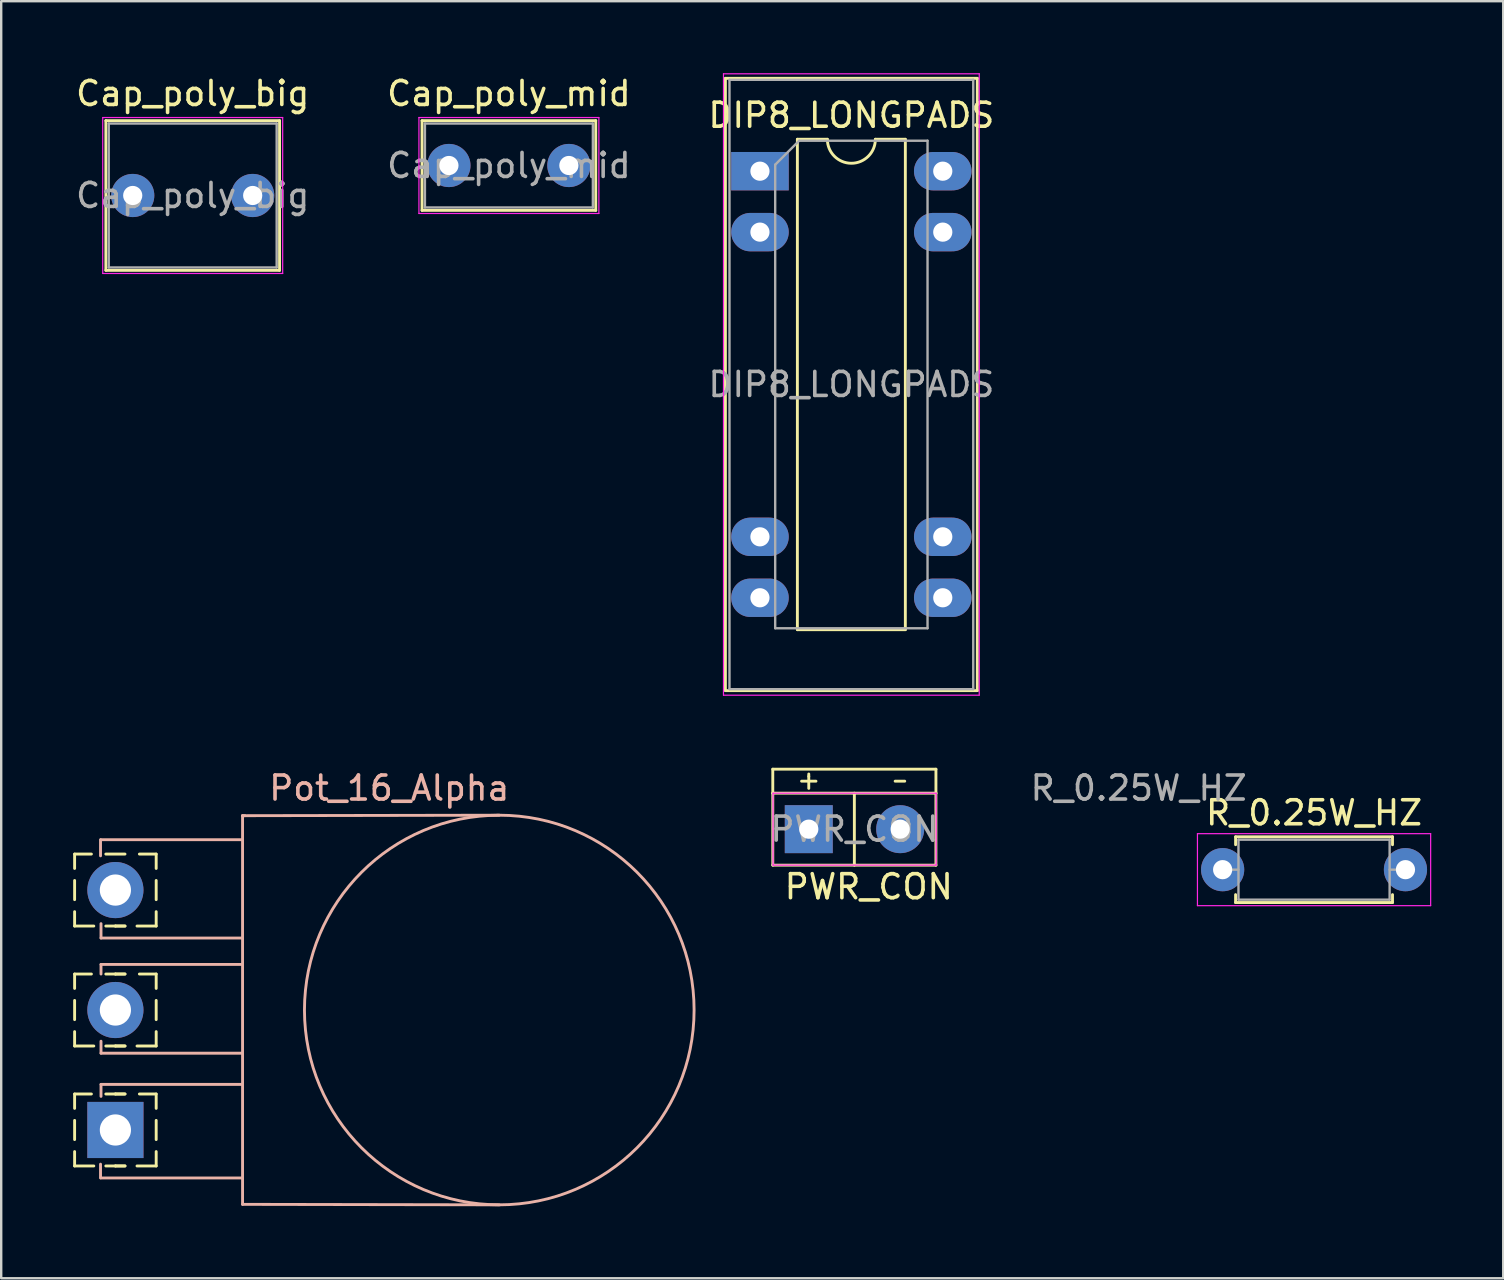
<source format=kicad_pcb>
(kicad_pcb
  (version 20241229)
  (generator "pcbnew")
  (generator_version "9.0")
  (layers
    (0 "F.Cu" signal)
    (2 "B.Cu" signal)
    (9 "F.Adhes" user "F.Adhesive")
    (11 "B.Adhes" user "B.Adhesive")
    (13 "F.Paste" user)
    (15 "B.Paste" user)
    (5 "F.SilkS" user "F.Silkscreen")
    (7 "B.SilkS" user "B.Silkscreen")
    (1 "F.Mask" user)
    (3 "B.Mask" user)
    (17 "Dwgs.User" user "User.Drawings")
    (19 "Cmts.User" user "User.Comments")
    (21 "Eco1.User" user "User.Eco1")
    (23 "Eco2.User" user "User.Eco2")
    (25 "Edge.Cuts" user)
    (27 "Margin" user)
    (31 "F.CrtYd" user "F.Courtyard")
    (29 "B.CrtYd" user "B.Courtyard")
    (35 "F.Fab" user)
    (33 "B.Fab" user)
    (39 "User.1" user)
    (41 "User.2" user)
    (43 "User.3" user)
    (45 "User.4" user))
  (footprint "Cap_poly_big"
    (layer "F.Cu")
    (at 2.482 5.098)
    (property "Reference" "Cap_poly_big" (at 2.5 -4.25 0) (layer "F.SilkS") (effects (font (size 1 1) (thickness 0.15))))
    (attr through_hole)
    (fp_line (start -1.12 -3.12) (end -1.12 3.12) (stroke (width 0.12) (type solid)) (layer "F.SilkS"))
    (fp_line (start -1.12 -3.12) (end 6.12 -3.12) (stroke (width 0.12) (type solid)) (layer "F.SilkS"))
    (fp_line (start -1.12 3.12) (end 6.12 3.12) (stroke (width 0.12) (type solid)) (layer "F.SilkS"))
    (fp_line (start 6.12 -3.12) (end 6.12 3.12) (stroke (width 0.12) (type solid)) (layer "F.SilkS"))
    (fp_line (start -1.25 -3.25) (end -1.25 3.25) (stroke (width 0.05) (type solid)) (layer "F.CrtYd"))
    (fp_line (start -1.25 3.25) (end 6.25 3.25) (stroke (width 0.05) (type solid)) (layer "F.CrtYd"))
    (fp_line (start 6.25 -3.25) (end -1.25 -3.25) (stroke (width 0.05) (type solid)) (layer "F.CrtYd"))
    (fp_line (start 6.25 3.25) (end 6.25 -3.25) (stroke (width 0.05) (type solid)) (layer "F.CrtYd"))
    (fp_line (start -1 -3) (end -1 3) (stroke (width 0.1) (type solid)) (layer "F.Fab"))
    (fp_line (start -1 3) (end 6 3) (stroke (width 0.1) (type solid)) (layer "F.Fab"))
    (fp_line (start 6 -3) (end -1 -3) (stroke (width 0.1) (type solid)) (layer "F.Fab"))
    (fp_line (start 6 3) (end 6 -3) (stroke (width 0.1) (type solid)) (layer "F.Fab"))
    (fp_text user "${REFERENCE}" (at 2.5 0 0) (layer "F.Fab") (effects (font (size 1 1) (thickness 0.15))))
    (pad "1" thru_hole circle (at 0 0) (size 1.8 1.8) (drill 0.8) (layers "*.Cu" "*.Mask"))
    (pad "2" thru_hole circle (at 5 0) (size 1.8 1.8) (drill 0.8) (layers "*.Cu" "*.Mask")))
  (footprint "R_0.25W_HZ"
    (layer "F.Cu")
    (at 47.91 33.198)
    (property "Reference" "R_0.25W_HZ" (at 3.81 -2.37 0) (layer "F.SilkS") (effects (font (size 1 1) (thickness 0.15))))
    (attr through_hole)
    (fp_line (start 0.54 -1.37) (end 7.08 -1.37) (stroke (width 0.12) (type solid)) (layer "F.SilkS"))
    (fp_line (start 0.54 -1.04) (end 0.54 -1.37) (stroke (width 0.12) (type solid)) (layer "F.SilkS"))
    (fp_line (start 0.54 1.04) (end 0.54 1.37) (stroke (width 0.12) (type solid)) (layer "F.SilkS"))
    (fp_line (start 0.54 1.37) (end 7.08 1.37) (stroke (width 0.12) (type solid)) (layer "F.SilkS"))
    (fp_line (start 7.08 -1.37) (end 7.08 -1.04) (stroke (width 0.12) (type solid)) (layer "F.SilkS"))
    (fp_line (start 7.08 1.37) (end 7.08 1.04) (stroke (width 0.12) (type solid)) (layer "F.SilkS"))
    (fp_line (start -1.05 -1.5) (end -1.05 1.5) (stroke (width 0.05) (type solid)) (layer "F.CrtYd"))
    (fp_line (start -1.05 1.5) (end 8.67 1.5) (stroke (width 0.05) (type solid)) (layer "F.CrtYd"))
    (fp_line (start 8.67 -1.5) (end -1.05 -1.5) (stroke (width 0.05) (type solid)) (layer "F.CrtYd"))
    (fp_line (start 8.67 1.5) (end 8.67 -1.5) (stroke (width 0.05) (type solid)) (layer "F.CrtYd"))
    (fp_line (start 0 0) (end 0.66 0) (stroke (width 0.1) (type solid)) (layer "F.Fab"))
    (fp_line (start 0.66 -1.25) (end 0.66 1.25) (stroke (width 0.1) (type solid)) (layer "F.Fab"))
    (fp_line (start 0.66 1.25) (end 6.96 1.25) (stroke (width 0.1) (type solid)) (layer "F.Fab"))
    (fp_line (start 6.96 -1.25) (end 0.66 -1.25) (stroke (width 0.1) (type solid)) (layer "F.Fab"))
    (fp_line (start 6.96 1.25) (end 6.96 -1.25) (stroke (width 0.1) (type solid)) (layer "F.Fab"))
    (fp_line (start 7.62 0) (end 6.96 0) (stroke (width 0.1) (type solid)) (layer "F.Fab"))
    (fp_text user "${REFERENCE}" (at -3.5 -3.4 0) (layer "F.Fab") (effects (font (size 1 1) (thickness 0.15))))
    (pad "1" thru_hole circle (at 0 0) (size 1.8 1.8) (drill 0.8) (layers "*.Cu" "*.Mask"))
    (pad "2" thru_hole oval (at 7.62 0) (size 1.8 1.8) (drill 0.8) (layers "*.Cu" "*.Mask")))
  (footprint "PWR_CON"
    (layer "F.Cu")
    (at 30.66 31.51)
    (property "Reference" "PWR_CON" (at 2.5 2.4 0) (layer "F.SilkS") (effects (font (size 1 1) (thickness 0.15))))
    (attr exclude_from_pos_files exclude_from_bom)
    (fp_line (start -1.5 -2.5) (end 5.3 -2.5) (stroke (width 0.12) (type solid)) (layer "F.SilkS"))
    (fp_line (start -1.5 -1.5) (end -1.5 -2.5) (stroke (width 0.12) (type solid)) (layer "F.SilkS"))
    (fp_line (start -1.5 -1.5) (end 5.3 -1.5) (stroke (width 0.12) (type solid)) (layer "F.SilkS"))
    (fp_line (start -1.5 1.5) (end -1.5 -1.5) (stroke (width 0.12) (type solid)) (layer "F.SilkS"))
    (fp_line (start -0.3 -2) (end 0.3 -2) (stroke (width 0.12) (type solid)) (layer "F.SilkS"))
    (fp_line (start 0 -2.2) (end 0 -2.3) (stroke (width 0.12) (type solid)) (layer "F.SilkS"))
    (fp_line (start 0 -2.2) (end 0 -1.7) (stroke (width 0.12) (type solid)) (layer "F.SilkS"))
    (fp_line (start 1.9 -1.5) (end 1.9 1.5) (stroke (width 0.12) (type solid)) (layer "F.SilkS"))
    (fp_line (start 3.6 -2) (end 4 -2) (stroke (width 0.12) (type solid)) (layer "F.SilkS"))
    (fp_line (start 5.3 -2.5) (end 5.3 -1.5) (stroke (width 0.12) (type solid)) (layer "F.SilkS"))
    (fp_line (start 5.3 -1.5) (end 5.3 1.5) (stroke (width 0.12) (type solid)) (layer "F.SilkS"))
    (fp_line (start 5.3 1.5) (end -1.5 1.5) (stroke (width 0.12) (type solid)) (layer "F.SilkS"))
    (fp_line (start -1.49 -1.5) (end -1.49 1.5) (stroke (width 0.05) (type solid)) (layer "F.CrtYd"))
    (fp_line (start -1.49 -1.5) (end 5.31 -1.5) (stroke (width 0.05) (type solid)) (layer "F.CrtYd"))
    (fp_line (start 5.31 1.5) (end -1.49 1.5) (stroke (width 0.05) (type solid)) (layer "F.CrtYd"))
    (fp_line (start 5.31 1.5) (end 5.31 -1.5) (stroke (width 0.05) (type solid)) (layer "F.CrtYd"))
    (fp_text user "${REFERENCE}" (at 1.905 0 0) (layer "F.Fab") (effects (font (size 1 1) (thickness 0.15))))
    (pad "1" thru_hole rect (at 0 0) (size 1.999 1.999) (drill 0.8) (layers "*.Cu" "*.Mask"))
    (pad "2" thru_hole circle (at 3.81 0) (size 1.999 1.999) (drill 0.8) (layers "*.Cu" "*.Mask")))
  (footprint "Pot_16_Alpha"
    (layer "F.Cu")
    (at 1.76 44.048)
    (property "Reference" "Pot_16_Alpha" (at 11.415 -14.25 0) (layer "B.SilkS") (effects (font (size 1 1) (thickness 0.15))))
    (attr through_hole)
    (fp_line (start -1.7 -11.5) (end -1 -11.5) (stroke (width 0.12) (type solid)) (layer "F.SilkS"))
    (fp_line (start -1.7 -10.9) (end -1.7 -11.5) (stroke (width 0.12) (type solid)) (layer "F.SilkS"))
    (fp_line (start -1.7 -9.6) (end -1.7 -10.4) (stroke (width 0.12) (type solid)) (layer "F.SilkS"))
    (fp_line (start -1.7 -9.1) (end -1.7 -8.5) (stroke (width 0.12) (type solid)) (layer "F.SilkS"))
    (fp_line (start -1.7 -8.5) (end -0.9 -8.5) (stroke (width 0.12) (type solid)) (layer "F.SilkS"))
    (fp_line (start -1.7 -6.5) (end -1 -6.5) (stroke (width 0.12) (type solid)) (layer "F.SilkS"))
    (fp_line (start -1.7 -5.9) (end -1.7 -6.5) (stroke (width 0.12) (type solid)) (layer "F.SilkS"))
    (fp_line (start -1.7 -4.6) (end -1.7 -5.4) (stroke (width 0.12) (type solid)) (layer "F.SilkS"))
    (fp_line (start -1.7 -4.1) (end -1.7 -3.5) (stroke (width 0.12) (type solid)) (layer "F.SilkS"))
    (fp_line (start -1.7 -3.5) (end -0.9 -3.5) (stroke (width 0.12) (type solid)) (layer "F.SilkS"))
    (fp_line (start -1.7 -1.5) (end -1 -1.5) (stroke (width 0.12) (type solid)) (layer "F.SilkS"))
    (fp_line (start -1.7 -0.9) (end -1.7 -1.5) (stroke (width 0.12) (type solid)) (layer "F.SilkS"))
    (fp_line (start -1.7 0.4) (end -1.7 -0.4) (stroke (width 0.12) (type solid)) (layer "F.SilkS"))
    (fp_line (start -1.7 0.9) (end -1.7 1.5) (stroke (width 0.12) (type solid)) (layer "F.SilkS"))
    (fp_line (start -1.7 1.5) (end -0.9 1.5) (stroke (width 0.12) (type solid)) (layer "F.SilkS"))
    (fp_line (start -0.4 -11.5) (end 0.4 -11.5) (stroke (width 0.12) (type solid)) (layer "F.SilkS"))
    (fp_line (start 0 -8.5) (end -0.4 -8.5) (stroke (width 0.12) (type solid)) (layer "F.SilkS"))
    (fp_line (start 0 -8.5) (end 0.4 -8.5) (stroke (width 0.12) (type solid)) (layer "F.SilkS"))
    (fp_line (start 0 -6.5) (end -0.4 -6.5) (stroke (width 0.12) (type solid)) (layer "F.SilkS"))
    (fp_line (start 0 -6.5) (end 0.4 -6.5) (stroke (width 0.12) (type solid)) (layer "F.SilkS"))
    (fp_line (start 0 -3.5) (end -0.4 -3.5) (stroke (width 0.12) (type solid)) (layer "F.SilkS"))
    (fp_line (start 0 -3.5) (end 0.4 -3.5) (stroke (width 0.12) (type solid)) (layer "F.SilkS"))
    (fp_line (start 0 -1.5) (end -0.4 -1.5) (stroke (width 0.12) (type solid)) (layer "F.SilkS"))
    (fp_line (start 0 -1.5) (end 0.4 -1.5) (stroke (width 0.12) (type solid)) (layer "F.SilkS"))
    (fp_line (start 0 1.5) (end -0.4 1.5) (stroke (width 0.12) (type solid)) (layer "F.SilkS"))
    (fp_line (start 0 1.5) (end 0.4 1.5) (stroke (width 0.12) (type solid)) (layer "F.SilkS"))
    (fp_line (start 0.4 -8.5) (end 0 -8.5) (stroke (width 0.12) (type solid)) (layer "F.SilkS"))
    (fp_line (start 0.4 -6.5) (end 0 -6.5) (stroke (width 0.12) (type solid)) (layer "F.SilkS"))
    (fp_line (start 0.4 -3.5) (end 0 -3.5) (stroke (width 0.12) (type solid)) (layer "F.SilkS"))
    (fp_line (start 0.4 -1.5) (end 0 -1.5) (stroke (width 0.12) (type solid)) (layer "F.SilkS"))
    (fp_line (start 0.4 1.5) (end 0 1.5) (stroke (width 0.12) (type solid)) (layer "F.SilkS"))
    (fp_line (start 1.7 -11.5) (end 1 -11.5) (stroke (width 0.12) (type solid)) (layer "F.SilkS"))
    (fp_line (start 1.7 -10.9) (end 1.7 -11.5) (stroke (width 0.12) (type solid)) (layer "F.SilkS"))
    (fp_line (start 1.7 -10.4) (end 1.7 -9.6) (stroke (width 0.12) (type solid)) (layer "F.SilkS"))
    (fp_line (start 1.7 -9.1) (end 1.7 -8.5) (stroke (width 0.12) (type solid)) (layer "F.SilkS"))
    (fp_line (start 1.7 -8.5) (end 0.9 -8.5) (stroke (width 0.12) (type solid)) (layer "F.SilkS"))
    (fp_line (start 1.7 -6.5) (end 1 -6.5) (stroke (width 0.12) (type solid)) (layer "F.SilkS"))
    (fp_line (start 1.7 -5.9) (end 1.7 -6.5) (stroke (width 0.12) (type solid)) (layer "F.SilkS"))
    (fp_line (start 1.7 -5.4) (end 1.7 -4.6) (stroke (width 0.12) (type solid)) (layer "F.SilkS"))
    (fp_line (start 1.7 -4.1) (end 1.7 -3.5) (stroke (width 0.12) (type solid)) (layer "F.SilkS"))
    (fp_line (start 1.7 -3.5) (end 0.9 -3.5) (stroke (width 0.12) (type solid)) (layer "F.SilkS"))
    (fp_line (start 1.7 -1.5) (end 1 -1.5) (stroke (width 0.12) (type solid)) (layer "F.SilkS"))
    (fp_line (start 1.7 -0.9) (end 1.7 -1.5) (stroke (width 0.12) (type solid)) (layer "F.SilkS"))
    (fp_line (start 1.7 -0.4) (end 1.7 0.4) (stroke (width 0.12) (type solid)) (layer "F.SilkS"))
    (fp_line (start 1.7 0.9) (end 1.7 1.5) (stroke (width 0.12) (type solid)) (layer "F.SilkS"))
    (fp_line (start 1.7 1.5) (end 0.9 1.5) (stroke (width 0.12) (type solid)) (layer "F.SilkS"))
    (fp_line (start -0.62 -12.1) (end -0.62 -11.426) (stroke (width 0.12) (type solid)) (layer "B.SilkS"))
    (fp_line (start -0.62 1.425) (end -0.62 2) (stroke (width 0.12) (type solid)) (layer "B.SilkS"))
    (fp_line (start -0.6 -12.1) (end 5.3 -12.1) (stroke (width 0.12) (type solid)) (layer "B.SilkS"))
    (fp_line (start -0.6 -8) (end -0.6 -8.6) (stroke (width 0.12) (type solid)) (layer "B.SilkS"))
    (fp_line (start -0.6 -8) (end 5.3 -8) (stroke (width 0.12) (type solid)) (layer "B.SilkS"))
    (fp_line (start -0.6 -6.9) (end -0.6 -6.5) (stroke (width 0.12) (type solid)) (layer "B.SilkS"))
    (fp_line (start -0.6 -6.9) (end 5.3 -6.9) (stroke (width 0.12) (type solid)) (layer "B.SilkS"))
    (fp_line (start -0.6 -3.2) (end -0.6 -3.7) (stroke (width 0.12) (type solid)) (layer "B.SilkS"))
    (fp_line (start -0.6 -3.2) (end 5.3 -3.2) (stroke (width 0.12) (type solid)) (layer "B.SilkS"))
    (fp_line (start -0.6 -1.9) (end -0.6 -1.4) (stroke (width 0.12) (type solid)) (layer "B.SilkS"))
    (fp_line (start -0.6 -1.9) (end 5.3 -1.9) (stroke (width 0.12) (type solid)) (layer "B.SilkS"))
    (fp_line (start -0.6 2) (end 5.3 2) (stroke (width 0.12) (type solid)) (layer "B.SilkS"))
    (fp_line (start 5.3 -13.1) (end 5.3 3.1) (stroke (width 0.12) (type solid)) (layer "B.SilkS"))
    (fp_line (start 5.3 3.1) (end 16 3.12) (stroke (width 0.12) (type solid)) (layer "B.SilkS"))
    (fp_line (start 5.4 -13.1) (end 5.3 -13.1) (stroke (width 0.12) (type solid)) (layer "B.SilkS"))
    (fp_line (start 16 -13.12) (end 5.3 -13.1) (stroke (width 0.12) (type solid)) (layer "B.SilkS"))
    (fp_circle (center 16 -5) (end 24.12 -5) (stroke (width 0.12) (type solid)) (fill no) (layer "B.SilkS"))
    (pad "1" thru_hole rect (at 0 0) (size 2.34 2.34) (drill 1.3) (layers "*.Cu" "*.Mask"))
    (pad "2" thru_hole circle (at 0 -5) (size 2.34 2.34) (drill 1.3) (layers "*.Cu" "*.Mask"))
    (pad "3" thru_hole circle (at 0 -10) (size 2.34 2.34) (drill 1.3) (layers "*.Cu" "*.Mask")))
  (footprint "Cap_poly_mid"
    (layer "F.Cu")
    (at 15.661 3.848)
    (property "Reference" "Cap_poly_mid" (at 2.5 -3 0) (layer "F.SilkS") (effects (font (size 1 1) (thickness 0.15))))
    (attr through_hole)
    (fp_line (start -1.12 -1.87) (end -1.12 1.87) (stroke (width 0.12) (type solid)) (layer "F.SilkS"))
    (fp_line (start -1.12 -1.87) (end 6.12 -1.87) (stroke (width 0.12) (type solid)) (layer "F.SilkS"))
    (fp_line (start -1.12 1.87) (end 6.12 1.87) (stroke (width 0.12) (type solid)) (layer "F.SilkS"))
    (fp_line (start 6.12 -1.87) (end 6.12 1.87) (stroke (width 0.12) (type solid)) (layer "F.SilkS"))
    (fp_line (start -1.25 -2) (end -1.25 2) (stroke (width 0.05) (type solid)) (layer "F.CrtYd"))
    (fp_line (start -1.25 2) (end 6.25 2) (stroke (width 0.05) (type solid)) (layer "F.CrtYd"))
    (fp_line (start 6.25 -2) (end -1.25 -2) (stroke (width 0.05) (type solid)) (layer "F.CrtYd"))
    (fp_line (start 6.25 2) (end 6.25 -2) (stroke (width 0.05) (type solid)) (layer "F.CrtYd"))
    (fp_line (start -1 -1.75) (end -1 1.75) (stroke (width 0.1) (type solid)) (layer "F.Fab"))
    (fp_line (start -1 1.75) (end 6 1.75) (stroke (width 0.1) (type solid)) (layer "F.Fab"))
    (fp_line (start 6 -1.75) (end -1 -1.75) (stroke (width 0.1) (type solid)) (layer "F.Fab"))
    (fp_line (start 6 1.75) (end 6 -1.75) (stroke (width 0.1) (type solid)) (layer "F.Fab"))
    (fp_text user "${REFERENCE}" (at 2.5 0 0) (layer "F.Fab") (effects (font (size 1 1) (thickness 0.15))))
    (pad "1" thru_hole circle (at 0 0) (size 1.8 1.8) (drill 0.8) (layers "*.Cu" "*.Mask"))
    (pad "2" thru_hole circle (at 5 0) (size 1.8 1.8) (drill 0.8) (layers "*.Cu" "*.Mask")))
  (footprint "DIP8_LONGPADS"
    (layer "F.Cu")
    (at 28.625 4.085)
    (property "Reference" "DIP8_LONGPADS" (at 3.81 -2.33 0) (layer "F.SilkS") (effects (font (size 1 1) (thickness 0.15))))
    (attr through_hole)
    (fp_line (start -1.44 -3.87) (end -1.44 21.65) (stroke (width 0.12) (type solid)) (layer "F.SilkS"))
    (fp_line (start -1.44 21.65) (end 9.06 21.65) (stroke (width 0.12) (type solid)) (layer "F.SilkS"))
    (fp_line (start 1.56 -1.33) (end 1.56 19.11) (stroke (width 0.12) (type solid)) (layer "F.SilkS"))
    (fp_line (start 1.56 19.11) (end 6.06 19.11) (stroke (width 0.12) (type solid)) (layer "F.SilkS"))
    (fp_line (start 2.81 -1.33) (end 1.56 -1.33) (stroke (width 0.12) (type solid)) (layer "F.SilkS"))
    (fp_line (start 6.06 -1.33) (end 4.81 -1.33) (stroke (width 0.12) (type solid)) (layer "F.SilkS"))
    (fp_line (start 6.06 19.11) (end 6.06 -1.33) (stroke (width 0.12) (type solid)) (layer "F.SilkS"))
    (fp_line (start 9.06 -3.87) (end -1.44 -3.87) (stroke (width 0.12) (type solid)) (layer "F.SilkS"))
    (fp_line (start 9.06 21.65) (end 9.06 -3.87) (stroke (width 0.12) (type solid)) (layer "F.SilkS"))
    (fp_arc (start 4.81 -1.33) (mid 3.81 -0.33) (end 2.81 -1.33) (stroke (width 0.12) (type solid)) (layer "F.SilkS"))
    (fp_line (start -1.52 -4.06) (end -1.52 21.84) (stroke (width 0.05) (type solid)) (layer "F.CrtYd"))
    (fp_line (start -1.52 21.84) (end 9.14 21.84) (stroke (width 0.05) (type solid)) (layer "F.CrtYd"))
    (fp_line (start 9.14 -4.06) (end -1.52 -4.06) (stroke (width 0.05) (type solid)) (layer "F.CrtYd"))
    (fp_line (start 9.14 21.84) (end 9.14 -4.06) (stroke (width 0.05) (type solid)) (layer "F.CrtYd"))
    (fp_line (start -1.27 -3.81) (end -1.27 21.59) (stroke (width 0.1) (type solid)) (layer "F.Fab"))
    (fp_line (start -1.27 21.59) (end 8.89 21.59) (stroke (width 0.1) (type solid)) (layer "F.Fab"))
    (fp_line (start 0.635 -0.27) (end 1.635 -1.27) (stroke (width 0.1) (type solid)) (layer "F.Fab"))
    (fp_line (start 0.635 19.05) (end 0.635 -0.27) (stroke (width 0.1) (type solid)) (layer "F.Fab"))
    (fp_line (start 1.635 -1.27) (end 6.985 -1.27) (stroke (width 0.1) (type solid)) (layer "F.Fab"))
    (fp_line (start 6.985 -1.27) (end 6.985 19.05) (stroke (width 0.1) (type solid)) (layer "F.Fab"))
    (fp_line (start 6.985 19.05) (end 0.635 19.05) (stroke (width 0.1) (type solid)) (layer "F.Fab"))
    (fp_line (start 8.89 -3.81) (end -1.27 -3.81) (stroke (width 0.1) (type solid)) (layer "F.Fab"))
    (fp_line (start 8.89 21.59) (end 8.89 -3.81) (stroke (width 0.1) (type solid)) (layer "F.Fab"))
    (fp_text user "${REFERENCE}" (at 3.81 8.89 0) (layer "F.Fab") (effects (font (size 1 1) (thickness 0.15))))
    (pad "1" thru_hole rect (at 0 0) (size 2.4 1.6) (drill 0.8) (layers "*.Cu" "*.Mask"))
    (pad "2" thru_hole oval (at 0 2.54) (size 2.4 1.6) (drill 0.8) (layers "*.Cu" "*.Mask"))
    (pad "3" thru_hole oval (at 0 15.24) (size 2.4 1.6) (drill 0.8) (layers "*.Cu" "*.Mask"))
    (pad "4" thru_hole oval (at 0 17.78) (size 2.4 1.6) (drill 0.8) (layers "*.Cu" "*.Mask"))
    (pad "5" thru_hole oval (at 7.62 17.78) (size 2.4 1.6) (drill 0.8) (layers "*.Cu" "*.Mask"))
    (pad "6" thru_hole oval (at 7.62 15.24) (size 2.4 1.6) (drill 0.8) (layers "*.Cu" "*.Mask"))
    (pad "7" thru_hole oval (at 7.62 2.54) (size 2.4 1.6) (drill 0.8) (layers "*.Cu" "*.Mask"))
    (pad "8" thru_hole oval (at 7.62 0) (size 2.4 1.6) (drill 0.8) (layers "*.Cu" "*.Mask")))
  (gr_rect
    (start -3 -3)
    (end 59.605 50.228)
    (stroke (width 0.1) (type default))
    (fill no)
    (layer "Edge.Cuts")))
</source>
